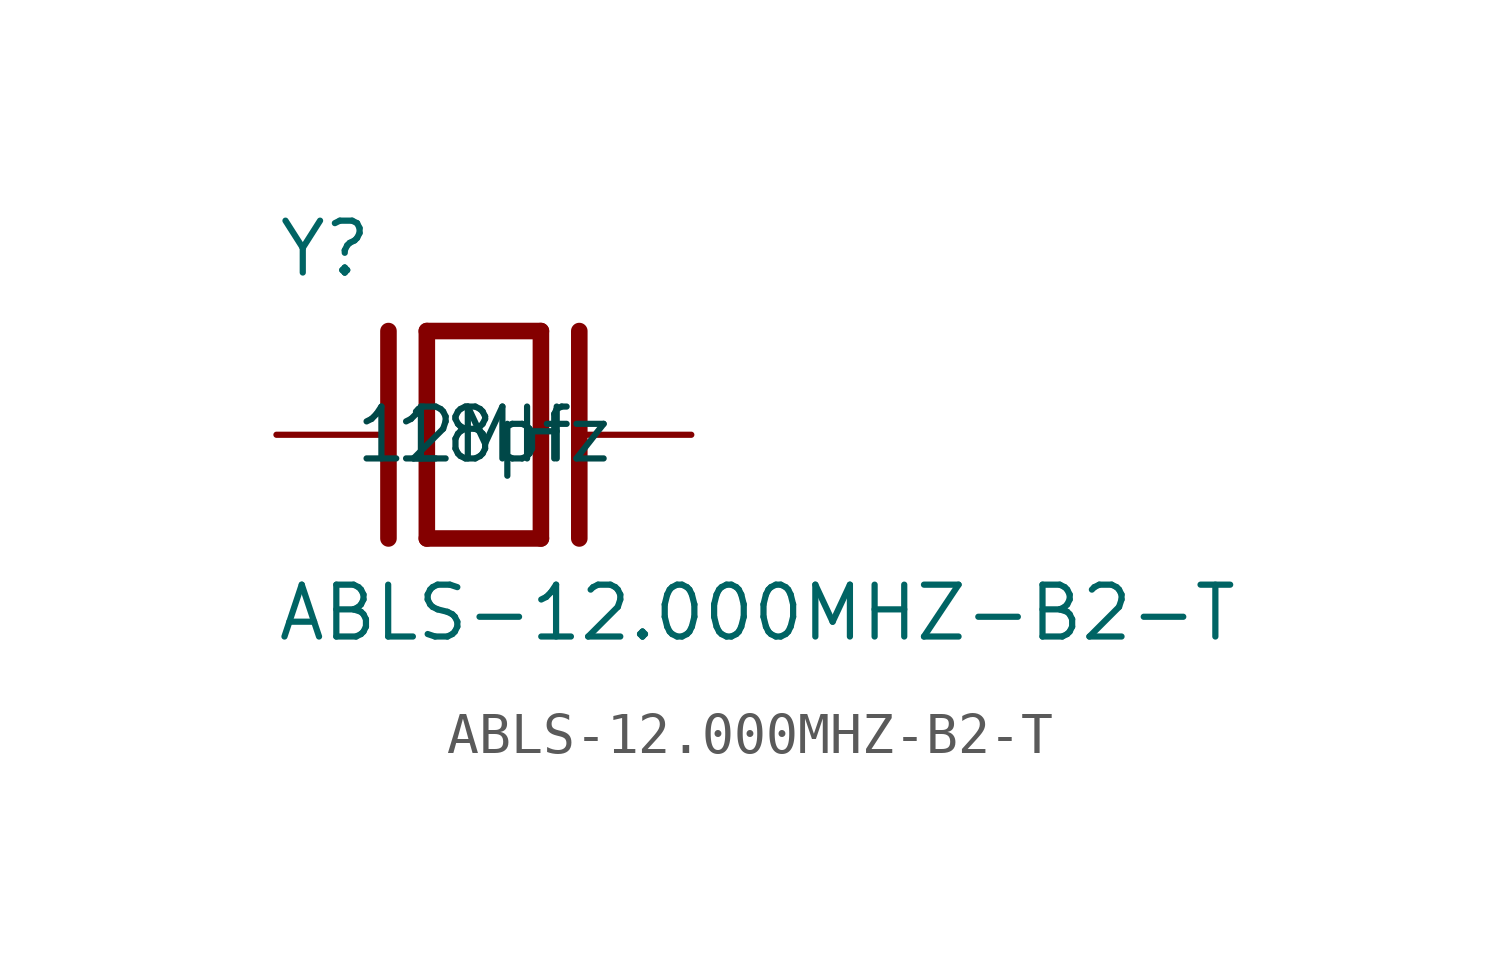
<source format=kicad_sym>
(kicad_symbol_lib
  (version 20220914)
  (generator kicad_symbol_editor)
  (symbol "ABLS-12.000MHZ-B2-T"
    (pin_numbers hide)
    (pin_names
      (offset 1.016) hide)
    (property "Reference" "Y"
      (at -5.08 3.81 0)
      (effects (font (size 1.27 1.27)) (justify left bottom)))
    (property "Value" "ABLS-12.000MHZ-B2-T"
      (at -5.105 -5.105 0)
      (effects (font (size 1.27 1.27)) (justify left bottom)))
    (property "Frequency" "12MHz"
      (at 0 0 0)
      (effects (font (size 1.27 1.27) (color 0 72 72 1))))
    (property "Load Capacitance" "18pf"
      (at 0 0 0)
      (effects (font (size 1.27 1.27) (color 0 72 72 1))))
    (symbol "ABLS-12.000MHZ-B2-T_0_0"
      (polyline (pts (xy -2.337 2.54) (xy -2.337 -2.54)) (stroke (width 0.406) (type solid)) (fill (type none)))
      (polyline (pts (xy -1.397 2.54) (xy -1.397 -2.54)) (stroke (width 0.406) (type solid)) (fill (type none)))
      (polyline (pts (xy -1.397 2.54) (xy 1.397 2.54)) (stroke (width 0.406) (type solid)) (fill (type none)))
      (polyline (pts (xy 1.397 -2.54) (xy -1.397 -2.54)) (stroke (width 0.406) (type solid)) (fill (type none)))
      (polyline (pts (xy 1.397 2.54) (xy 1.397 -2.54)) (stroke (width 0.406) (type solid)) (fill (type none)))
      (polyline (pts (xy 2.337 2.54) (xy 2.337 -2.54)) (stroke (width 0.406) (type solid)) (fill (type none)))
      (pin passive line (at -5.08 0 0) (length 2.54) (name "~" (effects (font (size 1.016 1.016)))) (number "1" (effects (font (size 1.016 1.016)))))
      (pin passive line (at 5.08 0 180) (length 2.54) (name "~" (effects (font (size 1.016 1.016)))) (number "2" (effects (font (size 1.016 1.016))))))))
</source>
